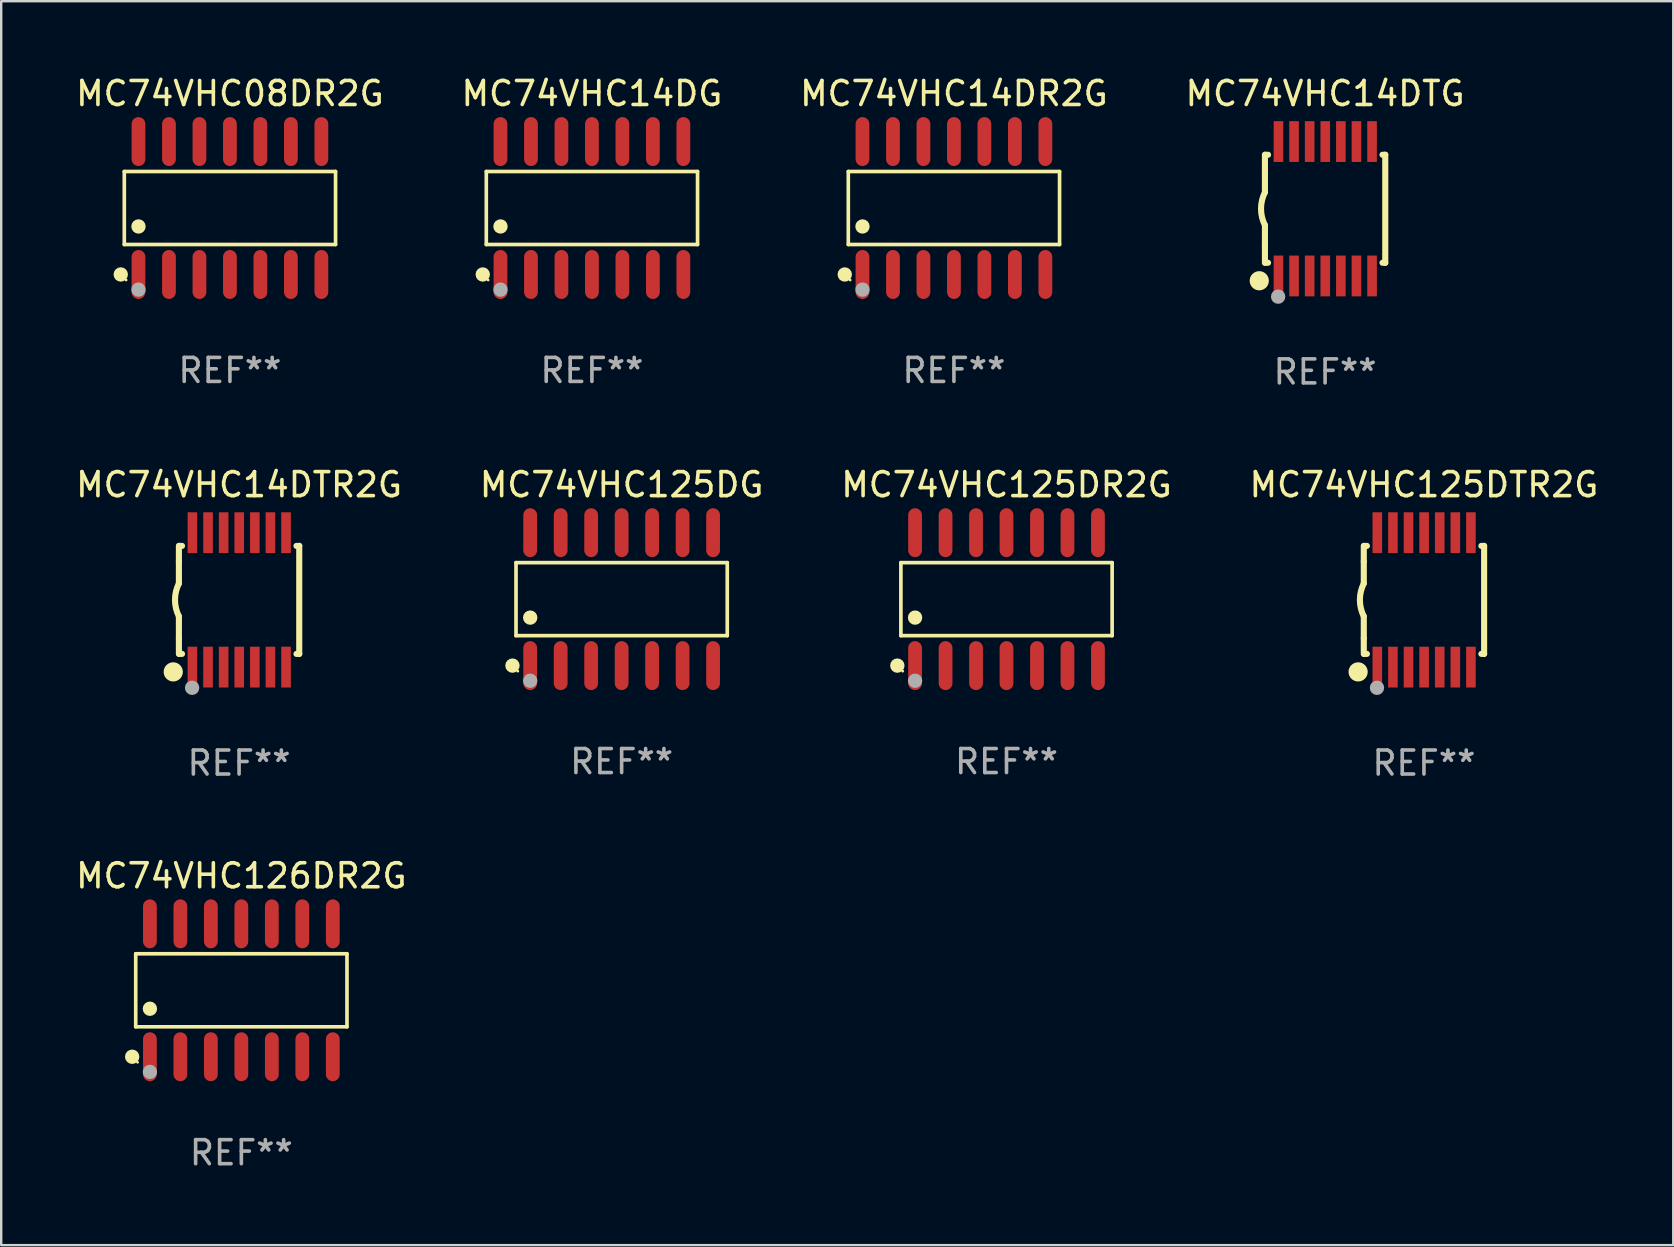
<source format=kicad_pcb>
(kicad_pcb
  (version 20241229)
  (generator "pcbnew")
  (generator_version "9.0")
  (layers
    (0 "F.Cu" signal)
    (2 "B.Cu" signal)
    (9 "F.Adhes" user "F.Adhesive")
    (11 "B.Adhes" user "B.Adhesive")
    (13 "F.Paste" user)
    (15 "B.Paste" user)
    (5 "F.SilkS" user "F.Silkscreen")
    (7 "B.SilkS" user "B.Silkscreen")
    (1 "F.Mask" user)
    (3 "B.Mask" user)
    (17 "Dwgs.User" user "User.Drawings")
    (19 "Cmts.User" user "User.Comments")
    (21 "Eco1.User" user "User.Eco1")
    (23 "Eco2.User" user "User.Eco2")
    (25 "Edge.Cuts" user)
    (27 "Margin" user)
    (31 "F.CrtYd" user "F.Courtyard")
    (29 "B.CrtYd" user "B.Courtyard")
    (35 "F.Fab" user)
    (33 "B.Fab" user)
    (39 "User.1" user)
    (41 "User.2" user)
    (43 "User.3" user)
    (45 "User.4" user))
  (footprint "MC74VHC125DR2G"
    (layer "F.Cu")
    (at 38.887 21.914)
    (property "Reference" "MC74VHC125DR2G" (at 0 -4.769 0) (layer "F.SilkS") (effects (font (size 1 1) (thickness 0.15))))
    (attr through_hole)
    (fp_line (start -4.401 -1.521) (end 4.401 -1.521) (stroke (width 0.152) (type solid)) (layer "F.SilkS"))
    (fp_line (start -4.401 1.521) (end -4.401 -1.521) (stroke (width 0.152) (type solid)) (layer "F.SilkS"))
    (fp_line (start 4.401 -1.521) (end 4.401 1.521) (stroke (width 0.152) (type solid)) (layer "F.SilkS"))
    (fp_line (start 4.401 1.521) (end -4.401 1.521) (stroke (width 0.152) (type solid)) (layer "F.SilkS"))
    (fp_circle (center -4.549 2.769) (end -4.399 2.769) (stroke (width 0.3) (type solid)) (fill no) (layer "F.SilkS"))
    (fp_circle (center -4.325 3) (end -4.295 3) (stroke (width 0.06) (type solid)) (fill no) (layer "F.SilkS"))
    (fp_circle (center -3.81 0.769) (end -3.66 0.769) (stroke (width 0.3) (type solid)) (fill no) (layer "F.SilkS"))
    (fp_circle (center -3.81 3.4) (end -3.66 3.4) (stroke (width 0.3) (type solid)) (fill no) (layer "F.Fab"))
    (fp_text user "REF**" (at 0 6.769 0) (layer "F.Fab") (effects (font (size 1 1) (thickness 0.15))))
    (pad "1" smd oval (at -3.81 2.769) (size 0.574 2.038) (layers "F.Cu" "F.Mask" "F.Paste"))
    (pad "2" smd oval (at -2.54 2.769) (size 0.574 2.038) (layers "F.Cu" "F.Mask" "F.Paste"))
    (pad "3" smd oval (at -1.27 2.769) (size 0.574 2.038) (layers "F.Cu" "F.Mask" "F.Paste"))
    (pad "4" smd oval (at 0 2.769) (size 0.574 2.038) (layers "F.Cu" "F.Mask" "F.Paste"))
    (pad "5" smd oval (at 1.27 2.769) (size 0.574 2.038) (layers "F.Cu" "F.Mask" "F.Paste"))
    (pad "6" smd oval (at 2.54 2.769) (size 0.574 2.038) (layers "F.Cu" "F.Mask" "F.Paste"))
    (pad "7" smd oval (at 3.81 2.769) (size 0.574 2.038) (layers "F.Cu" "F.Mask" "F.Paste"))
    (pad "8" smd oval (at 3.81 -2.769) (size 0.574 2.038) (layers "F.Cu" "F.Mask" "F.Paste"))
    (pad "9" smd oval (at 2.54 -2.769) (size 0.574 2.038) (layers "F.Cu" "F.Mask" "F.Paste"))
    (pad "10" smd oval (at 1.27 -2.769) (size 0.574 2.038) (layers "F.Cu" "F.Mask" "F.Paste"))
    (pad "11" smd oval (at 0 -2.769) (size 0.574 2.038) (layers "F.Cu" "F.Mask" "F.Paste"))
    (pad "12" smd oval (at -1.27 -2.769) (size 0.574 2.038) (layers "F.Cu" "F.Mask" "F.Paste"))
    (pad "13" smd oval (at -2.54 -2.769) (size 0.574 2.038) (layers "F.Cu" "F.Mask" "F.Paste"))
    (pad "14" smd oval (at -3.81 -2.769) (size 0.574 2.038) (layers "F.Cu" "F.Mask" "F.Paste")))
  (footprint "MC74VHC14DR2G"
    (layer "F.Cu")
    (at 36.696 5.617)
    (property "Reference" "MC74VHC14DR2G" (at 0 -4.769 0) (layer "F.SilkS") (effects (font (size 1 1) (thickness 0.15))))
    (attr through_hole)
    (fp_line (start -4.401 -1.521) (end 4.401 -1.521) (stroke (width 0.152) (type solid)) (layer "F.SilkS"))
    (fp_line (start -4.401 1.521) (end -4.401 -1.521) (stroke (width 0.152) (type solid)) (layer "F.SilkS"))
    (fp_line (start 4.401 -1.521) (end 4.401 1.521) (stroke (width 0.152) (type solid)) (layer "F.SilkS"))
    (fp_line (start 4.401 1.521) (end -4.401 1.521) (stroke (width 0.152) (type solid)) (layer "F.SilkS"))
    (fp_circle (center -4.549 2.769) (end -4.399 2.769) (stroke (width 0.3) (type solid)) (fill no) (layer "F.SilkS"))
    (fp_circle (center -4.325 3) (end -4.295 3) (stroke (width 0.06) (type solid)) (fill no) (layer "F.SilkS"))
    (fp_circle (center -3.81 0.769) (end -3.66 0.769) (stroke (width 0.3) (type solid)) (fill no) (layer "F.SilkS"))
    (fp_circle (center -3.81 3.4) (end -3.66 3.4) (stroke (width 0.3) (type solid)) (fill no) (layer "F.Fab"))
    (fp_text user "REF**" (at 0 6.769 0) (layer "F.Fab") (effects (font (size 1 1) (thickness 0.15))))
    (pad "1" smd oval (at -3.81 2.769) (size 0.574 2.038) (layers "F.Cu" "F.Mask" "F.Paste"))
    (pad "2" smd oval (at -2.54 2.769) (size 0.574 2.038) (layers "F.Cu" "F.Mask" "F.Paste"))
    (pad "3" smd oval (at -1.27 2.769) (size 0.574 2.038) (layers "F.Cu" "F.Mask" "F.Paste"))
    (pad "4" smd oval (at 0 2.769) (size 0.574 2.038) (layers "F.Cu" "F.Mask" "F.Paste"))
    (pad "5" smd oval (at 1.27 2.769) (size 0.574 2.038) (layers "F.Cu" "F.Mask" "F.Paste"))
    (pad "6" smd oval (at 2.54 2.769) (size 0.574 2.038) (layers "F.Cu" "F.Mask" "F.Paste"))
    (pad "7" smd oval (at 3.81 2.769) (size 0.574 2.038) (layers "F.Cu" "F.Mask" "F.Paste"))
    (pad "8" smd oval (at 3.81 -2.769) (size 0.574 2.038) (layers "F.Cu" "F.Mask" "F.Paste"))
    (pad "9" smd oval (at 2.54 -2.769) (size 0.574 2.038) (layers "F.Cu" "F.Mask" "F.Paste"))
    (pad "10" smd oval (at 1.27 -2.769) (size 0.574 2.038) (layers "F.Cu" "F.Mask" "F.Paste"))
    (pad "11" smd oval (at 0 -2.769) (size 0.574 2.038) (layers "F.Cu" "F.Mask" "F.Paste"))
    (pad "12" smd oval (at -1.27 -2.769) (size 0.574 2.038) (layers "F.Cu" "F.Mask" "F.Paste"))
    (pad "13" smd oval (at -2.54 -2.769) (size 0.574 2.038) (layers "F.Cu" "F.Mask" "F.Paste"))
    (pad "14" smd oval (at -3.81 -2.769) (size 0.574 2.038) (layers "F.Cu" "F.Mask" "F.Paste")))
  (footprint "MC74VHC14DTG"
    (layer "F.Cu")
    (at 52.161 5.648)
    (property "Reference" "MC74VHC14DTG" (at 0 -4.8 0) (layer "F.SilkS") (effects (font (size 1 1) (thickness 0.15))))
    (attr through_hole)
    (fp_line (start -2.507 -1.6) (end -2.507 -2.25) (stroke (width 0.254) (type solid)) (layer "F.SilkS"))
    (fp_line (start -2.507 -0.686) (end -2.507 -1.6) (stroke (width 0.254) (type solid)) (layer "F.SilkS"))
    (fp_line (start -2.507 1.6) (end -2.507 0.686) (stroke (width 0.254) (type solid)) (layer "F.SilkS"))
    (fp_line (start -2.507 1.6) (end -2.507 2.25) (stroke (width 0.254) (type solid)) (layer "F.SilkS"))
    (fp_line (start -2.493 -2.25) (end -2.377 -2.25) (stroke (width 0.254) (type solid)) (layer "F.SilkS"))
    (fp_line (start -2.377 2.25) (end -2.493 2.25) (stroke (width 0.254) (type solid)) (layer "F.SilkS"))
    (fp_line (start 2.392 -2.25) (end 2.507 -2.25) (stroke (width 0.254) (type solid)) (layer "F.SilkS"))
    (fp_line (start 2.507 -2.25) (end 2.507 2.25) (stroke (width 0.254) (type solid)) (layer "F.SilkS"))
    (fp_line (start 2.507 2.25) (end 2.392 2.25) (stroke (width 0.254) (type solid)) (layer "F.SilkS"))
    (fp_arc (start -2.507303 0.685802) (mid -2.669199 0) (end -2.507303 -0.685801) (stroke (width 0.254001) (type solid)) (layer "F.SilkS"))
    (fp_circle (center -2.743 3) (end -2.543 3) (stroke (width 0.4) (type solid)) (fill no) (layer "F.SilkS"))
    (fp_circle (center -2.493 3.2) (end -2.463 3.2) (stroke (width 0.06) (type solid)) (fill no) (layer "F.SilkS"))
    (fp_circle (center -1.957 3.662) (end -1.807 3.662) (stroke (width 0.3) (type solid)) (fill no) (layer "F.Fab"))
    (fp_text user "REF**" (at 0 6.8 0) (layer "F.Fab") (effects (font (size 1 1) (thickness 0.15))))
    (pad "1" smd rect (at -1.943 2.8) (size 0.4 1.7) (layers "F.Cu" "F.Mask" "F.Paste"))
    (pad "2" smd rect (at -1.293 2.8) (size 0.4 1.7) (layers "F.Cu" "F.Mask" "F.Paste"))
    (pad "3" smd rect (at -0.643 2.8) (size 0.4 1.7) (layers "F.Cu" "F.Mask" "F.Paste"))
    (pad "4" smd rect (at 0.007 2.8) (size 0.4 1.7) (layers "F.Cu" "F.Mask" "F.Paste"))
    (pad "5" smd rect (at 0.657 2.8) (size 0.4 1.7) (layers "F.Cu" "F.Mask" "F.Paste"))
    (pad "6" smd rect (at 1.307 2.8) (size 0.4 1.7) (layers "F.Cu" "F.Mask" "F.Paste"))
    (pad "7" smd rect (at 1.957 2.8) (size 0.4 1.7) (layers "F.Cu" "F.Mask" "F.Paste"))
    (pad "8" smd rect (at 1.957 -2.8) (size 0.4 1.7) (layers "F.Cu" "F.Mask" "F.Paste"))
    (pad "9" smd rect (at 1.307 -2.8) (size 0.4 1.7) (layers "F.Cu" "F.Mask" "F.Paste"))
    (pad "10" smd rect (at 0.657 -2.8) (size 0.4 1.7) (layers "F.Cu" "F.Mask" "F.Paste"))
    (pad "11" smd rect (at 0.007 -2.8) (size 0.4 1.7) (layers "F.Cu" "F.Mask" "F.Paste"))
    (pad "12" smd rect (at -0.643 -2.8) (size 0.4 1.7) (layers "F.Cu" "F.Mask" "F.Paste"))
    (pad "13" smd rect (at -1.293 -2.8) (size 0.4 1.7) (layers "F.Cu" "F.Mask" "F.Paste"))
    (pad "14" smd rect (at -1.943 -2.8) (size 0.4 1.7) (layers "F.Cu" "F.Mask" "F.Paste")))
  (footprint "MC74VHC14DG"
    (layer "F.Cu")
    (at 21.613 5.617)
    (property "Reference" "MC74VHC14DG" (at 0 -4.769 0) (layer "F.SilkS") (effects (font (size 1 1) (thickness 0.15))))
    (attr through_hole)
    (fp_line (start -4.401 -1.521) (end 4.401 -1.521) (stroke (width 0.152) (type solid)) (layer "F.SilkS"))
    (fp_line (start -4.401 1.521) (end -4.401 -1.521) (stroke (width 0.152) (type solid)) (layer "F.SilkS"))
    (fp_line (start 4.401 -1.521) (end 4.401 1.521) (stroke (width 0.152) (type solid)) (layer "F.SilkS"))
    (fp_line (start 4.401 1.521) (end -4.401 1.521) (stroke (width 0.152) (type solid)) (layer "F.SilkS"))
    (fp_circle (center -4.549 2.769) (end -4.399 2.769) (stroke (width 0.3) (type solid)) (fill no) (layer "F.SilkS"))
    (fp_circle (center -4.325 3) (end -4.295 3) (stroke (width 0.06) (type solid)) (fill no) (layer "F.SilkS"))
    (fp_circle (center -3.81 0.769) (end -3.66 0.769) (stroke (width 0.3) (type solid)) (fill no) (layer "F.SilkS"))
    (fp_circle (center -3.81 3.4) (end -3.66 3.4) (stroke (width 0.3) (type solid)) (fill no) (layer "F.Fab"))
    (fp_text user "REF**" (at 0 6.769 0) (layer "F.Fab") (effects (font (size 1 1) (thickness 0.15))))
    (pad "1" smd oval (at -3.81 2.769) (size 0.574 2.038) (layers "F.Cu" "F.Mask" "F.Paste"))
    (pad "2" smd oval (at -2.54 2.769) (size 0.574 2.038) (layers "F.Cu" "F.Mask" "F.Paste"))
    (pad "3" smd oval (at -1.27 2.769) (size 0.574 2.038) (layers "F.Cu" "F.Mask" "F.Paste"))
    (pad "4" smd oval (at 0 2.769) (size 0.574 2.038) (layers "F.Cu" "F.Mask" "F.Paste"))
    (pad "5" smd oval (at 1.27 2.769) (size 0.574 2.038) (layers "F.Cu" "F.Mask" "F.Paste"))
    (pad "6" smd oval (at 2.54 2.769) (size 0.574 2.038) (layers "F.Cu" "F.Mask" "F.Paste"))
    (pad "7" smd oval (at 3.81 2.769) (size 0.574 2.038) (layers "F.Cu" "F.Mask" "F.Paste"))
    (pad "8" smd oval (at 3.81 -2.769) (size 0.574 2.038) (layers "F.Cu" "F.Mask" "F.Paste"))
    (pad "9" smd oval (at 2.54 -2.769) (size 0.574 2.038) (layers "F.Cu" "F.Mask" "F.Paste"))
    (pad "10" smd oval (at 1.27 -2.769) (size 0.574 2.038) (layers "F.Cu" "F.Mask" "F.Paste"))
    (pad "11" smd oval (at 0 -2.769) (size 0.574 2.038) (layers "F.Cu" "F.Mask" "F.Paste"))
    (pad "12" smd oval (at -1.27 -2.769) (size 0.574 2.038) (layers "F.Cu" "F.Mask" "F.Paste"))
    (pad "13" smd oval (at -2.54 -2.769) (size 0.574 2.038) (layers "F.Cu" "F.Mask" "F.Paste"))
    (pad "14" smd oval (at -3.81 -2.769) (size 0.574 2.038) (layers "F.Cu" "F.Mask" "F.Paste")))
  (footprint "MC74VHC125DG"
    (layer "F.Cu")
    (at 22.851 21.914)
    (property "Reference" "MC74VHC125DG" (at 0 -4.769 0) (layer "F.SilkS") (effects (font (size 1 1) (thickness 0.15))))
    (attr through_hole)
    (fp_line (start -4.401 -1.521) (end 4.401 -1.521) (stroke (width 0.152) (type solid)) (layer "F.SilkS"))
    (fp_line (start -4.401 1.521) (end -4.401 -1.521) (stroke (width 0.152) (type solid)) (layer "F.SilkS"))
    (fp_line (start 4.401 -1.521) (end 4.401 1.521) (stroke (width 0.152) (type solid)) (layer "F.SilkS"))
    (fp_line (start 4.401 1.521) (end -4.401 1.521) (stroke (width 0.152) (type solid)) (layer "F.SilkS"))
    (fp_circle (center -4.549 2.769) (end -4.399 2.769) (stroke (width 0.3) (type solid)) (fill no) (layer "F.SilkS"))
    (fp_circle (center -4.325 3) (end -4.295 3) (stroke (width 0.06) (type solid)) (fill no) (layer "F.SilkS"))
    (fp_circle (center -3.81 0.769) (end -3.66 0.769) (stroke (width 0.3) (type solid)) (fill no) (layer "F.SilkS"))
    (fp_circle (center -3.81 3.4) (end -3.66 3.4) (stroke (width 0.3) (type solid)) (fill no) (layer "F.Fab"))
    (fp_text user "REF**" (at 0 6.769 0) (layer "F.Fab") (effects (font (size 1 1) (thickness 0.15))))
    (pad "1" smd oval (at -3.81 2.769) (size 0.574 2.038) (layers "F.Cu" "F.Mask" "F.Paste"))
    (pad "2" smd oval (at -2.54 2.769) (size 0.574 2.038) (layers "F.Cu" "F.Mask" "F.Paste"))
    (pad "3" smd oval (at -1.27 2.769) (size 0.574 2.038) (layers "F.Cu" "F.Mask" "F.Paste"))
    (pad "4" smd oval (at 0 2.769) (size 0.574 2.038) (layers "F.Cu" "F.Mask" "F.Paste"))
    (pad "5" smd oval (at 1.27 2.769) (size 0.574 2.038) (layers "F.Cu" "F.Mask" "F.Paste"))
    (pad "6" smd oval (at 2.54 2.769) (size 0.574 2.038) (layers "F.Cu" "F.Mask" "F.Paste"))
    (pad "7" smd oval (at 3.81 2.769) (size 0.574 2.038) (layers "F.Cu" "F.Mask" "F.Paste"))
    (pad "8" smd oval (at 3.81 -2.769) (size 0.574 2.038) (layers "F.Cu" "F.Mask" "F.Paste"))
    (pad "9" smd oval (at 2.54 -2.769) (size 0.574 2.038) (layers "F.Cu" "F.Mask" "F.Paste"))
    (pad "10" smd oval (at 1.27 -2.769) (size 0.574 2.038) (layers "F.Cu" "F.Mask" "F.Paste"))
    (pad "11" smd oval (at 0 -2.769) (size 0.574 2.038) (layers "F.Cu" "F.Mask" "F.Paste"))
    (pad "12" smd oval (at -1.27 -2.769) (size 0.574 2.038) (layers "F.Cu" "F.Mask" "F.Paste"))
    (pad "13" smd oval (at -2.54 -2.769) (size 0.574 2.038) (layers "F.Cu" "F.Mask" "F.Paste"))
    (pad "14" smd oval (at -3.81 -2.769) (size 0.574 2.038) (layers "F.Cu" "F.Mask" "F.Paste")))
  (footprint "MC74VHC126DR2G"
    (layer "F.Cu")
    (at 7.006 38.211)
    (property "Reference" "MC74VHC126DR2G" (at 0 -4.769 0) (layer "F.SilkS") (effects (font (size 1 1) (thickness 0.15))))
    (attr through_hole)
    (fp_line (start -4.401 -1.521) (end 4.401 -1.521) (stroke (width 0.152) (type solid)) (layer "F.SilkS"))
    (fp_line (start -4.401 1.521) (end -4.401 -1.521) (stroke (width 0.152) (type solid)) (layer "F.SilkS"))
    (fp_line (start 4.401 -1.521) (end 4.401 1.521) (stroke (width 0.152) (type solid)) (layer "F.SilkS"))
    (fp_line (start 4.401 1.521) (end -4.401 1.521) (stroke (width 0.152) (type solid)) (layer "F.SilkS"))
    (fp_circle (center -4.549 2.769) (end -4.399 2.769) (stroke (width 0.3) (type solid)) (fill no) (layer "F.SilkS"))
    (fp_circle (center -4.325 3) (end -4.295 3) (stroke (width 0.06) (type solid)) (fill no) (layer "F.SilkS"))
    (fp_circle (center -3.81 0.769) (end -3.66 0.769) (stroke (width 0.3) (type solid)) (fill no) (layer "F.SilkS"))
    (fp_circle (center -3.81 3.4) (end -3.66 3.4) (stroke (width 0.3) (type solid)) (fill no) (layer "F.Fab"))
    (fp_text user "REF**" (at 0 6.769 0) (layer "F.Fab") (effects (font (size 1 1) (thickness 0.15))))
    (pad "1" smd oval (at -3.81 2.769) (size 0.574 2.038) (layers "F.Cu" "F.Mask" "F.Paste"))
    (pad "2" smd oval (at -2.54 2.769) (size 0.574 2.038) (layers "F.Cu" "F.Mask" "F.Paste"))
    (pad "3" smd oval (at -1.27 2.769) (size 0.574 2.038) (layers "F.Cu" "F.Mask" "F.Paste"))
    (pad "4" smd oval (at 0 2.769) (size 0.574 2.038) (layers "F.Cu" "F.Mask" "F.Paste"))
    (pad "5" smd oval (at 1.27 2.769) (size 0.574 2.038) (layers "F.Cu" "F.Mask" "F.Paste"))
    (pad "6" smd oval (at 2.54 2.769) (size 0.574 2.038) (layers "F.Cu" "F.Mask" "F.Paste"))
    (pad "7" smd oval (at 3.81 2.769) (size 0.574 2.038) (layers "F.Cu" "F.Mask" "F.Paste"))
    (pad "8" smd oval (at 3.81 -2.769) (size 0.574 2.038) (layers "F.Cu" "F.Mask" "F.Paste"))
    (pad "9" smd oval (at 2.54 -2.769) (size 0.574 2.038) (layers "F.Cu" "F.Mask" "F.Paste"))
    (pad "10" smd oval (at 1.27 -2.769) (size 0.574 2.038) (layers "F.Cu" "F.Mask" "F.Paste"))
    (pad "11" smd oval (at 0 -2.769) (size 0.574 2.038) (layers "F.Cu" "F.Mask" "F.Paste"))
    (pad "12" smd oval (at -1.27 -2.769) (size 0.574 2.038) (layers "F.Cu" "F.Mask" "F.Paste"))
    (pad "13" smd oval (at -2.54 -2.769) (size 0.574 2.038) (layers "F.Cu" "F.Mask" "F.Paste"))
    (pad "14" smd oval (at -3.81 -2.769) (size 0.574 2.038) (layers "F.Cu" "F.Mask" "F.Paste")))
  (footprint "MC74VHC125DTR2G"
    (layer "F.Cu")
    (at 56.28 21.945)
    (property "Reference" "MC74VHC125DTR2G" (at 0 -4.8 0) (layer "F.SilkS") (effects (font (size 1 1) (thickness 0.15))))
    (attr through_hole)
    (fp_line (start -2.507 -1.6) (end -2.507 -2.25) (stroke (width 0.254) (type solid)) (layer "F.SilkS"))
    (fp_line (start -2.507 -0.686) (end -2.507 -1.6) (stroke (width 0.254) (type solid)) (layer "F.SilkS"))
    (fp_line (start -2.507 1.6) (end -2.507 0.686) (stroke (width 0.254) (type solid)) (layer "F.SilkS"))
    (fp_line (start -2.507 1.6) (end -2.507 2.25) (stroke (width 0.254) (type solid)) (layer "F.SilkS"))
    (fp_line (start -2.493 -2.25) (end -2.377 -2.25) (stroke (width 0.254) (type solid)) (layer "F.SilkS"))
    (fp_line (start -2.377 2.25) (end -2.493 2.25) (stroke (width 0.254) (type solid)) (layer "F.SilkS"))
    (fp_line (start 2.392 -2.25) (end 2.507 -2.25) (stroke (width 0.254) (type solid)) (layer "F.SilkS"))
    (fp_line (start 2.507 -2.25) (end 2.507 2.25) (stroke (width 0.254) (type solid)) (layer "F.SilkS"))
    (fp_line (start 2.507 2.25) (end 2.392 2.25) (stroke (width 0.254) (type solid)) (layer "F.SilkS"))
    (fp_arc (start -2.507303 0.685802) (mid -2.669199 0) (end -2.507303 -0.685801) (stroke (width 0.254001) (type solid)) (layer "F.SilkS"))
    (fp_circle (center -2.743 3) (end -2.543 3) (stroke (width 0.4) (type solid)) (fill no) (layer "F.SilkS"))
    (fp_circle (center -2.493 3.2) (end -2.463 3.2) (stroke (width 0.06) (type solid)) (fill no) (layer "F.SilkS"))
    (fp_circle (center -1.957 3.662) (end -1.807 3.662) (stroke (width 0.3) (type solid)) (fill no) (layer "F.Fab"))
    (fp_text user "REF**" (at 0 6.8 0) (layer "F.Fab") (effects (font (size 1 1) (thickness 0.15))))
    (pad "1" smd rect (at -1.943 2.8) (size 0.4 1.7) (layers "F.Cu" "F.Mask" "F.Paste"))
    (pad "2" smd rect (at -1.293 2.8) (size 0.4 1.7) (layers "F.Cu" "F.Mask" "F.Paste"))
    (pad "3" smd rect (at -0.643 2.8) (size 0.4 1.7) (layers "F.Cu" "F.Mask" "F.Paste"))
    (pad "4" smd rect (at 0.007 2.8) (size 0.4 1.7) (layers "F.Cu" "F.Mask" "F.Paste"))
    (pad "5" smd rect (at 0.657 2.8) (size 0.4 1.7) (layers "F.Cu" "F.Mask" "F.Paste"))
    (pad "6" smd rect (at 1.307 2.8) (size 0.4 1.7) (layers "F.Cu" "F.Mask" "F.Paste"))
    (pad "7" smd rect (at 1.957 2.8) (size 0.4 1.7) (layers "F.Cu" "F.Mask" "F.Paste"))
    (pad "8" smd rect (at 1.957 -2.8) (size 0.4 1.7) (layers "F.Cu" "F.Mask" "F.Paste"))
    (pad "9" smd rect (at 1.307 -2.8) (size 0.4 1.7) (layers "F.Cu" "F.Mask" "F.Paste"))
    (pad "10" smd rect (at 0.657 -2.8) (size 0.4 1.7) (layers "F.Cu" "F.Mask" "F.Paste"))
    (pad "11" smd rect (at 0.007 -2.8) (size 0.4 1.7) (layers "F.Cu" "F.Mask" "F.Paste"))
    (pad "12" smd rect (at -0.643 -2.8) (size 0.4 1.7) (layers "F.Cu" "F.Mask" "F.Paste"))
    (pad "13" smd rect (at -1.293 -2.8) (size 0.4 1.7) (layers "F.Cu" "F.Mask" "F.Paste"))
    (pad "14" smd rect (at -1.943 -2.8) (size 0.4 1.7) (layers "F.Cu" "F.Mask" "F.Paste")))
  (footprint "MC74VHC08DR2G"
    (layer "F.Cu")
    (at 6.53 5.617)
    (property "Reference" "MC74VHC08DR2G" (at 0 -4.769 0) (layer "F.SilkS") (effects (font (size 1 1) (thickness 0.15))))
    (attr through_hole)
    (fp_line (start -4.401 -1.521) (end 4.401 -1.521) (stroke (width 0.152) (type solid)) (layer "F.SilkS"))
    (fp_line (start -4.401 1.521) (end -4.401 -1.521) (stroke (width 0.152) (type solid)) (layer "F.SilkS"))
    (fp_line (start 4.401 -1.521) (end 4.401 1.521) (stroke (width 0.152) (type solid)) (layer "F.SilkS"))
    (fp_line (start 4.401 1.521) (end -4.401 1.521) (stroke (width 0.152) (type solid)) (layer "F.SilkS"))
    (fp_circle (center -4.549 2.769) (end -4.399 2.769) (stroke (width 0.3) (type solid)) (fill no) (layer "F.SilkS"))
    (fp_circle (center -4.325 3) (end -4.295 3) (stroke (width 0.06) (type solid)) (fill no) (layer "F.SilkS"))
    (fp_circle (center -3.81 0.769) (end -3.66 0.769) (stroke (width 0.3) (type solid)) (fill no) (layer "F.SilkS"))
    (fp_circle (center -3.81 3.4) (end -3.66 3.4) (stroke (width 0.3) (type solid)) (fill no) (layer "F.Fab"))
    (fp_text user "REF**" (at 0 6.769 0) (layer "F.Fab") (effects (font (size 1 1) (thickness 0.15))))
    (pad "1" smd oval (at -3.81 2.769) (size 0.574 2.038) (layers "F.Cu" "F.Mask" "F.Paste"))
    (pad "2" smd oval (at -2.54 2.769) (size 0.574 2.038) (layers "F.Cu" "F.Mask" "F.Paste"))
    (pad "3" smd oval (at -1.27 2.769) (size 0.574 2.038) (layers "F.Cu" "F.Mask" "F.Paste"))
    (pad "4" smd oval (at 0 2.769) (size 0.574 2.038) (layers "F.Cu" "F.Mask" "F.Paste"))
    (pad "5" smd oval (at 1.27 2.769) (size 0.574 2.038) (layers "F.Cu" "F.Mask" "F.Paste"))
    (pad "6" smd oval (at 2.54 2.769) (size 0.574 2.038) (layers "F.Cu" "F.Mask" "F.Paste"))
    (pad "7" smd oval (at 3.81 2.769) (size 0.574 2.038) (layers "F.Cu" "F.Mask" "F.Paste"))
    (pad "8" smd oval (at 3.81 -2.769) (size 0.574 2.038) (layers "F.Cu" "F.Mask" "F.Paste"))
    (pad "9" smd oval (at 2.54 -2.769) (size 0.574 2.038) (layers "F.Cu" "F.Mask" "F.Paste"))
    (pad "10" smd oval (at 1.27 -2.769) (size 0.574 2.038) (layers "F.Cu" "F.Mask" "F.Paste"))
    (pad "11" smd oval (at 0 -2.769) (size 0.574 2.038) (layers "F.Cu" "F.Mask" "F.Paste"))
    (pad "12" smd oval (at -1.27 -2.769) (size 0.574 2.038) (layers "F.Cu" "F.Mask" "F.Paste"))
    (pad "13" smd oval (at -2.54 -2.769) (size 0.574 2.038) (layers "F.Cu" "F.Mask" "F.Paste"))
    (pad "14" smd oval (at -3.81 -2.769) (size 0.574 2.038) (layers "F.Cu" "F.Mask" "F.Paste")))
  (footprint "MC74VHC14DTR2G"
    (layer "F.Cu")
    (at 6.911 21.945)
    (property "Reference" "MC74VHC14DTR2G" (at 0 -4.8 0) (layer "F.SilkS") (effects (font (size 1 1) (thickness 0.15))))
    (attr through_hole)
    (fp_line (start -2.507 -1.6) (end -2.507 -2.25) (stroke (width 0.254) (type solid)) (layer "F.SilkS"))
    (fp_line (start -2.507 -0.686) (end -2.507 -1.6) (stroke (width 0.254) (type solid)) (layer "F.SilkS"))
    (fp_line (start -2.507 1.6) (end -2.507 0.686) (stroke (width 0.254) (type solid)) (layer "F.SilkS"))
    (fp_line (start -2.507 1.6) (end -2.507 2.25) (stroke (width 0.254) (type solid)) (layer "F.SilkS"))
    (fp_line (start -2.493 -2.25) (end -2.377 -2.25) (stroke (width 0.254) (type solid)) (layer "F.SilkS"))
    (fp_line (start -2.377 2.25) (end -2.493 2.25) (stroke (width 0.254) (type solid)) (layer "F.SilkS"))
    (fp_line (start 2.392 -2.25) (end 2.507 -2.25) (stroke (width 0.254) (type solid)) (layer "F.SilkS"))
    (fp_line (start 2.507 -2.25) (end 2.507 2.25) (stroke (width 0.254) (type solid)) (layer "F.SilkS"))
    (fp_line (start 2.507 2.25) (end 2.392 2.25) (stroke (width 0.254) (type solid)) (layer "F.SilkS"))
    (fp_arc (start -2.507303 0.685802) (mid -2.669199 0) (end -2.507303 -0.685801) (stroke (width 0.254001) (type solid)) (layer "F.SilkS"))
    (fp_circle (center -2.743 3) (end -2.543 3) (stroke (width 0.4) (type solid)) (fill no) (layer "F.SilkS"))
    (fp_circle (center -2.493 3.2) (end -2.463 3.2) (stroke (width 0.06) (type solid)) (fill no) (layer "F.SilkS"))
    (fp_circle (center -1.957 3.662) (end -1.807 3.662) (stroke (width 0.3) (type solid)) (fill no) (layer "F.Fab"))
    (fp_text user "REF**" (at 0 6.8 0) (layer "F.Fab") (effects (font (size 1 1) (thickness 0.15))))
    (pad "1" smd rect (at -1.943 2.8) (size 0.4 1.7) (layers "F.Cu" "F.Mask" "F.Paste"))
    (pad "2" smd rect (at -1.293 2.8) (size 0.4 1.7) (layers "F.Cu" "F.Mask" "F.Paste"))
    (pad "3" smd rect (at -0.643 2.8) (size 0.4 1.7) (layers "F.Cu" "F.Mask" "F.Paste"))
    (pad "4" smd rect (at 0.007 2.8) (size 0.4 1.7) (layers "F.Cu" "F.Mask" "F.Paste"))
    (pad "5" smd rect (at 0.657 2.8) (size 0.4 1.7) (layers "F.Cu" "F.Mask" "F.Paste"))
    (pad "6" smd rect (at 1.307 2.8) (size 0.4 1.7) (layers "F.Cu" "F.Mask" "F.Paste"))
    (pad "7" smd rect (at 1.957 2.8) (size 0.4 1.7) (layers "F.Cu" "F.Mask" "F.Paste"))
    (pad "8" smd rect (at 1.957 -2.8) (size 0.4 1.7) (layers "F.Cu" "F.Mask" "F.Paste"))
    (pad "9" smd rect (at 1.307 -2.8) (size 0.4 1.7) (layers "F.Cu" "F.Mask" "F.Paste"))
    (pad "10" smd rect (at 0.657 -2.8) (size 0.4 1.7) (layers "F.Cu" "F.Mask" "F.Paste"))
    (pad "11" smd rect (at 0.007 -2.8) (size 0.4 1.7) (layers "F.Cu" "F.Mask" "F.Paste"))
    (pad "12" smd rect (at -0.643 -2.8) (size 0.4 1.7) (layers "F.Cu" "F.Mask" "F.Paste"))
    (pad "13" smd rect (at -1.293 -2.8) (size 0.4 1.7) (layers "F.Cu" "F.Mask" "F.Paste"))
    (pad "14" smd rect (at -1.943 -2.8) (size 0.4 1.7) (layers "F.Cu" "F.Mask" "F.Paste")))
  (gr_rect
    (start -3 -3)
    (end 66.667 48.828)
    (stroke (width 0.1) (type default))
    (fill no)
    (layer "Edge.Cuts")))
</source>
